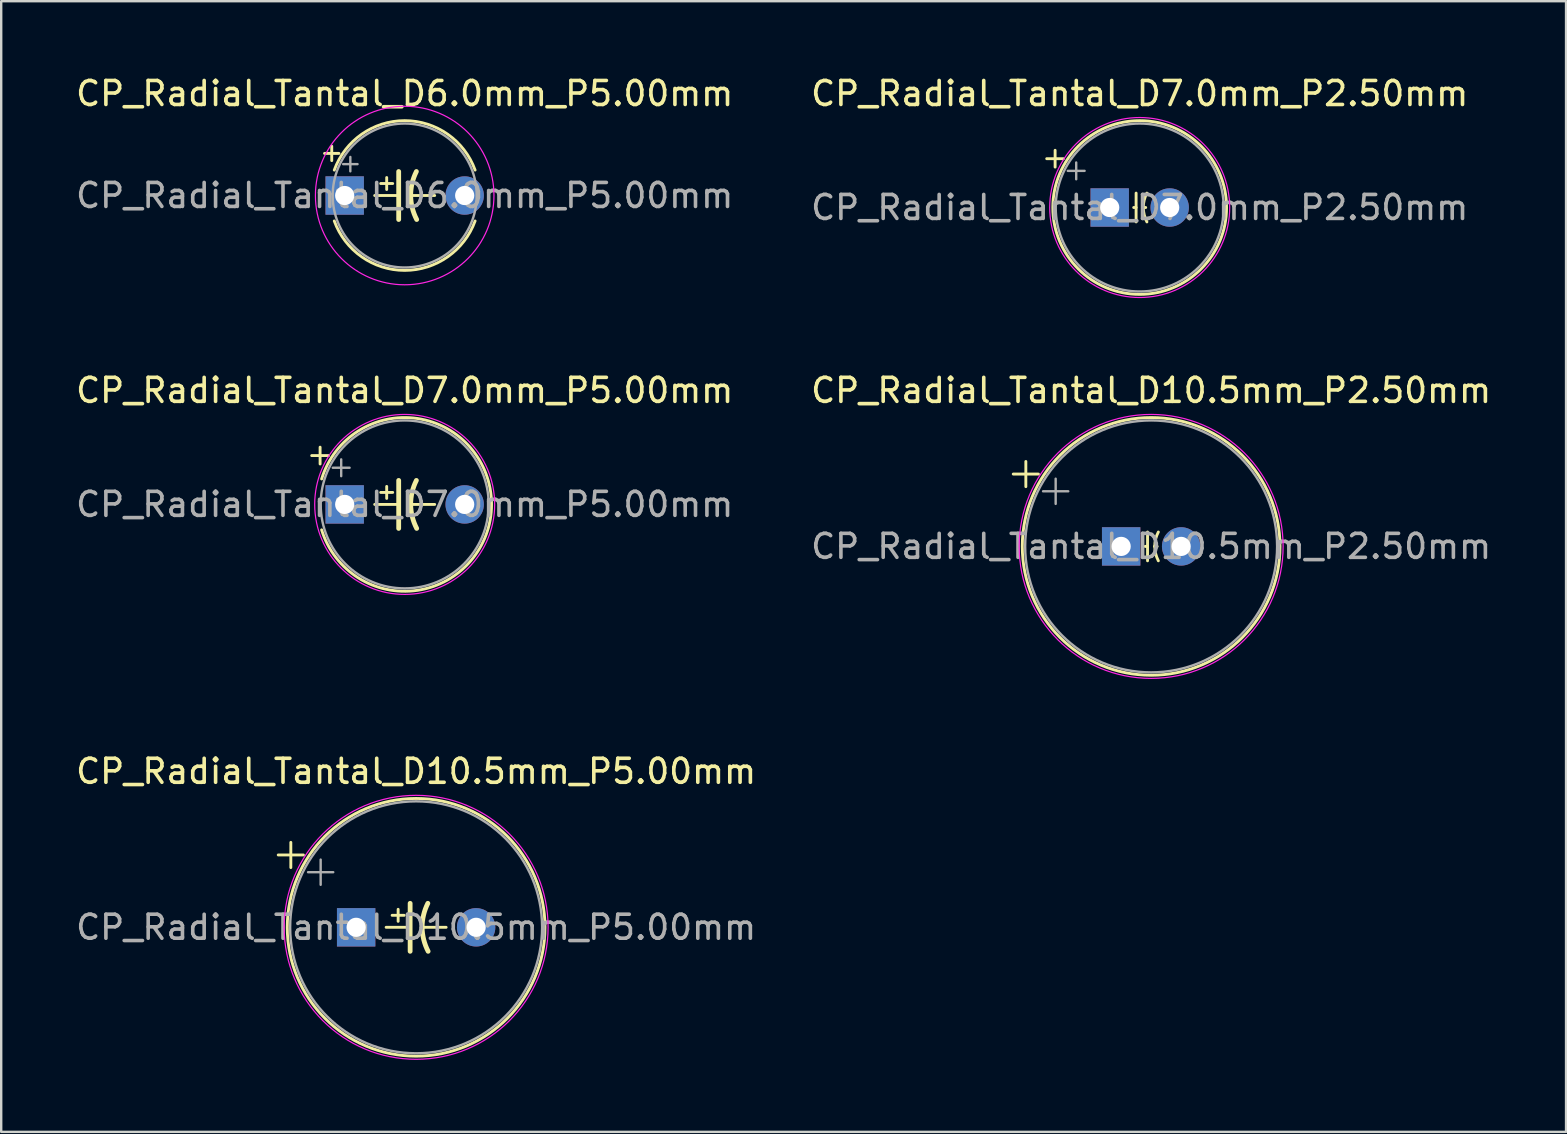
<source format=kicad_pcb>
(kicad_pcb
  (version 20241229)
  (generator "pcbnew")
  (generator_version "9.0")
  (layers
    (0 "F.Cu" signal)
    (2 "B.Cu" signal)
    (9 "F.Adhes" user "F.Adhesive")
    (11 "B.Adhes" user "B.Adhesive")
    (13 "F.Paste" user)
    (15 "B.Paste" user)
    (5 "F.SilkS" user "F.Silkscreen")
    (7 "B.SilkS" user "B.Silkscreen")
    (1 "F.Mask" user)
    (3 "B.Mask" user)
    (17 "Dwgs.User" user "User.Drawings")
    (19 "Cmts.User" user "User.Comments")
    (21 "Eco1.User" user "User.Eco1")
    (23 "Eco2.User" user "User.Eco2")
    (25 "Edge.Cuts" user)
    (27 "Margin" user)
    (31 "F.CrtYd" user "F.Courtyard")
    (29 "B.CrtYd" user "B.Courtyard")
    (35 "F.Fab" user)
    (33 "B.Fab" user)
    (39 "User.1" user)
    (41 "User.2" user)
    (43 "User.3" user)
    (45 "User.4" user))
  (footprint "CP_Radial_Tantal_D7.0mm_P2.50mm"
    (layer "F.Cu")
    (at 43.196 5.598)
    (property "Reference" "CP_Radial_Tantal_D7.0mm_P2.50mm" (at 1.25 -4.75 0) (layer "F.SilkS") (effects (font (size 1 1) (thickness 0.15))))
    (attr through_hole)
    (fp_line (start -2.625 -2.035) (end -1.925 -2.035) (stroke (width 0.12) (type solid)) (layer "F.SilkS"))
    (fp_line (start -2.275 -2.385) (end -2.275 -1.685) (stroke (width 0.12) (type solid)) (layer "F.SilkS"))
    (fp_line (start 1.1 -0.6) (end 1.1 0.6) (stroke (width 0.12) (type solid)) (layer "F.SilkS"))
    (fp_line (start 1.1 0) (end 1 0) (stroke (width 0.12) (type solid)) (layer "F.SilkS"))
    (fp_line (start 1.4 0) (end 1.5 0) (stroke (width 0.12) (type solid)) (layer "F.SilkS"))
    (fp_arc (start 1.4 0) (mid 1.4381 -0.309225) (end 1.55 -0.6) (stroke (width 0.12) (type solid)) (layer "F.SilkS"))
    (fp_arc (start 1.55 0.6) (mid 1.440022 0.308744) (end 1.4 0) (stroke (width 0.12) (type solid)) (layer "F.SilkS"))
    (fp_circle (center 1.25 0) (end 4.87 0) (stroke (width 0.12) (type solid)) (fill no) (layer "F.SilkS"))
    (fp_circle (center 1.25 0) (end 5 0) (stroke (width 0.05) (type solid)) (fill no) (layer "F.CrtYd"))
    (fp_line (start -1.746 -1.528) (end -1.046 -1.528) (stroke (width 0.1) (type solid)) (layer "F.Fab"))
    (fp_line (start -1.396 -1.877) (end -1.396 -1.177) (stroke (width 0.1) (type solid)) (layer "F.Fab"))
    (fp_circle (center 1.25 0) (end 4.75 0) (stroke (width 0.1) (type solid)) (fill no) (layer "F.Fab"))
    (fp_text user "${REFERENCE}" (at 1.25 0 0) (layer "F.Fab") (effects (font (size 1 1) (thickness 0.15))))
    (pad "1" thru_hole rect (at 0 0) (size 1.6 1.6) (drill 0.8) (layers "*.Cu" "*.Mask"))
    (pad "2" thru_hole circle (at 2.5 0) (size 1.6 1.6) (drill 0.8) (layers "*.Cu" "*.Mask")))
  (footprint "CP_Radial_Tantal_D6.0mm_P5.00mm"
    (layer "F.Cu")
    (at 11.315 5.098)
    (property "Reference" "CP_Radial_Tantal_D6.0mm_P5.00mm" (at 2.5 -4.25 0) (layer "F.SilkS") (effects (font (size 1 1) (thickness 0.15))))
    (attr through_hole)
    (fp_line (start -0.84 -1.755) (end -0.24 -1.755) (stroke (width 0.12) (type solid)) (layer "F.SilkS"))
    (fp_line (start -0.54 -2.055) (end -0.54 -1.455) (stroke (width 0.12) (type solid)) (layer "F.SilkS"))
    (fp_line (start 1.25 0) (end 2.25 0) (stroke (width 0.12) (type solid)) (layer "F.SilkS"))
    (fp_line (start 1.5 -0.5) (end 2 -0.5) (stroke (width 0.12) (type solid)) (layer "F.SilkS"))
    (fp_line (start 1.75 -0.25) (end 1.75 -0.75) (stroke (width 0.12) (type solid)) (layer "F.SilkS"))
    (fp_line (start 2.25 -1) (end 2.25 1) (stroke (width 0.2) (type solid)) (layer "F.SilkS"))
    (fp_line (start 3.75 0) (end 2.75 0) (stroke (width 0.12) (type solid)) (layer "F.SilkS"))
    (fp_arc (start -0.434416 -1.06) (mid 2.5 -3.12) (end 5.434416 -1.06) (stroke (width 0.12) (type solid)) (layer "F.SilkS"))
    (fp_arc (start 2.75 0) (mid 2.810254 -0.5139) (end 2.987539 -1) (stroke (width 0.2) (type solid)) (layer "F.SilkS"))
    (fp_arc (start 3 1) (mid 2.816707 0.514573) (end 2.75 0) (stroke (width 0.2) (type solid)) (layer "F.SilkS"))
    (fp_arc (start 5.434416 1.06) (mid 2.5 3.12) (end -0.434416 1.06) (stroke (width 0.12) (type solid)) (layer "F.SilkS"))
    (fp_circle (center 2.5 0) (end 6.22 0) (stroke (width 0.05) (type solid)) (fill no) (layer "F.CrtYd"))
    (fp_line (start -0.065 -1.308) (end 0.535 -1.308) (stroke (width 0.1) (type solid)) (layer "F.Fab"))
    (fp_line (start 0.235 -1.607) (end 0.235 -1.008) (stroke (width 0.1) (type solid)) (layer "F.Fab"))
    (fp_circle (center 2.5 0) (end 5.5 0) (stroke (width 0.1) (type solid)) (fill no) (layer "F.Fab"))
    (fp_text user "${REFERENCE}" (at 2.5 0 0) (layer "F.Fab") (effects (font (size 1 1) (thickness 0.15))))
    (pad "1" thru_hole rect (at 0 0) (size 1.6 1.6) (drill 0.8) (layers "*.Cu" "*.Mask"))
    (pad "2" thru_hole circle (at 5 0) (size 1.6 1.6) (drill 0.8) (layers "*.Cu" "*.Mask")))
  (footprint "CP_Radial_Tantal_D10.5mm_P5.00mm"
    (layer "F.Cu")
    (at 11.792 35.595)
    (property "Reference" "CP_Radial_Tantal_D10.5mm_P5.00mm" (at 2.5 -6.5 0) (layer "F.SilkS") (effects (font (size 1 1) (thickness 0.15))))
    (attr through_hole)
    (fp_line (start -3.247 -3.015) (end -2.197 -3.015) (stroke (width 0.12) (type solid)) (layer "F.SilkS"))
    (fp_line (start -2.722 -3.54) (end -2.722 -2.49) (stroke (width 0.12) (type solid)) (layer "F.SilkS"))
    (fp_line (start 1.25 0) (end 2.25 0) (stroke (width 0.12) (type solid)) (layer "F.SilkS"))
    (fp_line (start 1.5 -0.5) (end 2 -0.5) (stroke (width 0.12) (type solid)) (layer "F.SilkS"))
    (fp_line (start 1.75 -0.25) (end 1.75 -0.75) (stroke (width 0.12) (type solid)) (layer "F.SilkS"))
    (fp_line (start 2.25 -1) (end 2.25 1) (stroke (width 0.2) (type solid)) (layer "F.SilkS"))
    (fp_line (start 3.75 0) (end 2.75 0) (stroke (width 0.12) (type solid)) (layer "F.SilkS"))
    (fp_arc (start 2.75 0) (mid 2.810254 -0.5139) (end 2.987539 -1) (stroke (width 0.2) (type solid)) (layer "F.SilkS"))
    (fp_arc (start 3 1) (mid 2.816707 0.514573) (end 2.75 0) (stroke (width 0.2) (type solid)) (layer "F.SilkS"))
    (fp_circle (center 2.5 0) (end 7.87 0) (stroke (width 0.12) (type solid)) (fill no) (layer "F.SilkS"))
    (fp_circle (center 2.5 0) (end 8 0) (stroke (width 0.05) (type solid)) (fill no) (layer "F.CrtYd"))
    (fp_line (start -2.004 -2.297) (end -0.954 -2.297) (stroke (width 0.1) (type solid)) (layer "F.Fab"))
    (fp_line (start -1.479 -2.822) (end -1.479 -1.772) (stroke (width 0.1) (type solid)) (layer "F.Fab"))
    (fp_circle (center 2.5 0) (end 7.75 0) (stroke (width 0.1) (type solid)) (fill no) (layer "F.Fab"))
    (fp_text user "${REFERENCE}" (at 2.5 0 0) (layer "F.Fab") (effects (font (size 1 1) (thickness 0.15))))
    (pad "1" thru_hole rect (at 0 0) (size 1.6 1.6) (drill 0.8) (layers "*.Cu" "*.Mask"))
    (pad "2" thru_hole circle (at 5 0) (size 1.6 1.6) (drill 0.8) (layers "*.Cu" "*.Mask")))
  (footprint "CP_Radial_Tantal_D7.0mm_P5.00mm"
    (layer "F.Cu")
    (at 11.315 17.971)
    (property "Reference" "CP_Radial_Tantal_D7.0mm_P5.00mm" (at 2.5 -4.75 0) (layer "F.SilkS") (effects (font (size 1 1) (thickness 0.15))))
    (attr through_hole)
    (fp_line (start -1.375 -2.035) (end -0.675 -2.035) (stroke (width 0.12) (type solid)) (layer "F.SilkS"))
    (fp_line (start -1.025 -2.385) (end -1.025 -1.685) (stroke (width 0.12) (type solid)) (layer "F.SilkS"))
    (fp_line (start 1.25 0) (end 2.25 0) (stroke (width 0.12) (type solid)) (layer "F.SilkS"))
    (fp_line (start 1.5 -0.5) (end 2 -0.5) (stroke (width 0.12) (type solid)) (layer "F.SilkS"))
    (fp_line (start 1.75 -0.25) (end 1.75 -0.75) (stroke (width 0.12) (type solid)) (layer "F.SilkS"))
    (fp_line (start 2.25 -1) (end 2.25 1) (stroke (width 0.2) (type solid)) (layer "F.SilkS"))
    (fp_line (start 3.75 0) (end 2.75 0) (stroke (width 0.12) (type solid)) (layer "F.SilkS"))
    (fp_arc (start -0.961329 -1.06) (mid 6.12 0) (end -0.961329 1.06) (stroke (width 0.12) (type solid)) (layer "F.SilkS"))
    (fp_arc (start 2.75 0) (mid 2.810254 -0.5139) (end 2.987539 -1) (stroke (width 0.2) (type solid)) (layer "F.SilkS"))
    (fp_arc (start 3 1) (mid 2.816707 0.514573) (end 2.75 0) (stroke (width 0.2) (type solid)) (layer "F.SilkS"))
    (fp_circle (center 2.5 0) (end 6.25 0) (stroke (width 0.05) (type solid)) (fill no) (layer "F.CrtYd"))
    (fp_line (start -0.496 -1.528) (end 0.204 -1.528) (stroke (width 0.1) (type solid)) (layer "F.Fab"))
    (fp_line (start -0.146 -1.877) (end -0.146 -1.177) (stroke (width 0.1) (type solid)) (layer "F.Fab"))
    (fp_circle (center 2.5 0) (end 6 0) (stroke (width 0.1) (type solid)) (fill no) (layer "F.Fab"))
    (fp_text user "${REFERENCE}" (at 2.5 0 0) (layer "F.Fab") (effects (font (size 1 1) (thickness 0.15))))
    (pad "1" thru_hole rect (at 0 0) (size 1.6 1.6) (drill 0.8) (layers "*.Cu" "*.Mask"))
    (pad "2" thru_hole circle (at 5 0) (size 1.6 1.6) (drill 0.8) (layers "*.Cu" "*.Mask")))
  (footprint "CP_Radial_Tantal_D10.5mm_P2.50mm"
    (layer "F.Cu")
    (at 43.673 19.721)
    (property "Reference" "CP_Radial_Tantal_D10.5mm_P2.50mm" (at 1.25 -6.5 0) (layer "F.SilkS") (effects (font (size 1 1) (thickness 0.15))))
    (attr through_hole)
    (fp_line (start -4.497 -3.015) (end -3.447 -3.015) (stroke (width 0.12) (type solid)) (layer "F.SilkS"))
    (fp_line (start -3.972 -3.54) (end -3.972 -2.49) (stroke (width 0.12) (type solid)) (layer "F.SilkS"))
    (fp_line (start 1.1 -0.6) (end 1.1 0.6) (stroke (width 0.12) (type solid)) (layer "F.SilkS"))
    (fp_line (start 1.1 0) (end 1 0) (stroke (width 0.12) (type solid)) (layer "F.SilkS"))
    (fp_line (start 1.4 0) (end 1.5 0) (stroke (width 0.12) (type solid)) (layer "F.SilkS"))
    (fp_arc (start 1.4 0) (mid 1.4381 -0.309225) (end 1.55 -0.6) (stroke (width 0.12) (type solid)) (layer "F.SilkS"))
    (fp_arc (start 1.55 0.6) (mid 1.440022 0.308744) (end 1.4 0) (stroke (width 0.12) (type solid)) (layer "F.SilkS"))
    (fp_circle (center 1.25 0) (end 6.62 0) (stroke (width 0.12) (type solid)) (fill no) (layer "F.SilkS"))
    (fp_circle (center 1.25 0) (end 6.75 0) (stroke (width 0.05) (type solid)) (fill no) (layer "F.CrtYd"))
    (fp_line (start -3.254 -2.297) (end -2.204 -2.297) (stroke (width 0.1) (type solid)) (layer "F.Fab"))
    (fp_line (start -2.729 -2.822) (end -2.729 -1.772) (stroke (width 0.1) (type solid)) (layer "F.Fab"))
    (fp_circle (center 1.25 0) (end 6.5 0) (stroke (width 0.1) (type solid)) (fill no) (layer "F.Fab"))
    (fp_text user "${REFERENCE}" (at 1.25 0 0) (layer "F.Fab") (effects (font (size 1 1) (thickness 0.15))))
    (pad "1" thru_hole rect (at 0 0) (size 1.6 1.6) (drill 0.8) (layers "*.Cu" "*.Mask"))
    (pad "2" thru_hole circle (at 2.5 0) (size 1.6 1.6) (drill 0.8) (layers "*.Cu" "*.Mask")))
  (gr_rect
    (start -3 -3)
    (end 62.214 44.12)
    (stroke (width 0.1) (type default))
    (fill no)
    (layer "Edge.Cuts")))
</source>
